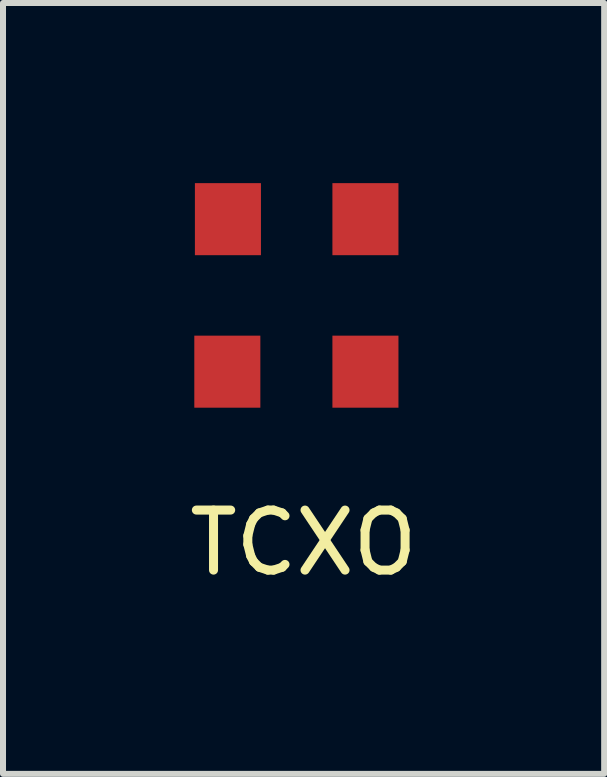
<source format=kicad_pcb>
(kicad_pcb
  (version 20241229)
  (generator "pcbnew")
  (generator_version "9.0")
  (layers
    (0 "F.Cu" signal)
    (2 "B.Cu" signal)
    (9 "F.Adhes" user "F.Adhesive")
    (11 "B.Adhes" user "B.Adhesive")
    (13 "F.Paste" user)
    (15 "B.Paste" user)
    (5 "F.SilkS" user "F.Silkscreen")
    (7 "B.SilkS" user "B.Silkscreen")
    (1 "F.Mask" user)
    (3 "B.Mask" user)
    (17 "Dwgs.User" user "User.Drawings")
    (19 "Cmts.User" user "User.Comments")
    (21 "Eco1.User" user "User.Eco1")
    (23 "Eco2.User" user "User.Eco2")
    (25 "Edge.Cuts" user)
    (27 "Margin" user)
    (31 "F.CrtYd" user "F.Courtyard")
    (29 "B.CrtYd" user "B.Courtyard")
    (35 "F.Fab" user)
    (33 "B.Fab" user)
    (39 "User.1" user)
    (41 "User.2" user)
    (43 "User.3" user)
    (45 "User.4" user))
  (footprint "TCXO"
    (layer "F.Cu")
    (at 1.886 1.87)
    (property "Reference" "TCXO" (at 0.12 4.12 0) (layer "F.SilkS") (effects (font (size 1 1) (thickness 0.15))))
    (attr through_hole)
    (pad "1" smd rect (at -1.15 1.27) (size 1.1 1.2) (layers "F.Cu" "F.Mask" "F.Paste"))
    (pad "2" smd rect (at 1.15 1.27) (size 1.1 1.2) (layers "F.Cu" "F.Mask" "F.Paste"))
    (pad "3" smd rect (at 1.15 -1.27) (size 1.1 1.2) (layers "F.Cu" "F.Mask" "F.Paste"))
    (pad "4" smd rect (at -1.14 -1.27) (size 1.1 1.2) (layers "F.Cu" "F.Mask" "F.Paste")))
  (gr_rect
    (start -3 -3)
    (end 7.012 9.838)
    (stroke (width 0.1) (type default))
    (fill no)
    (layer "Edge.Cuts")))
</source>
